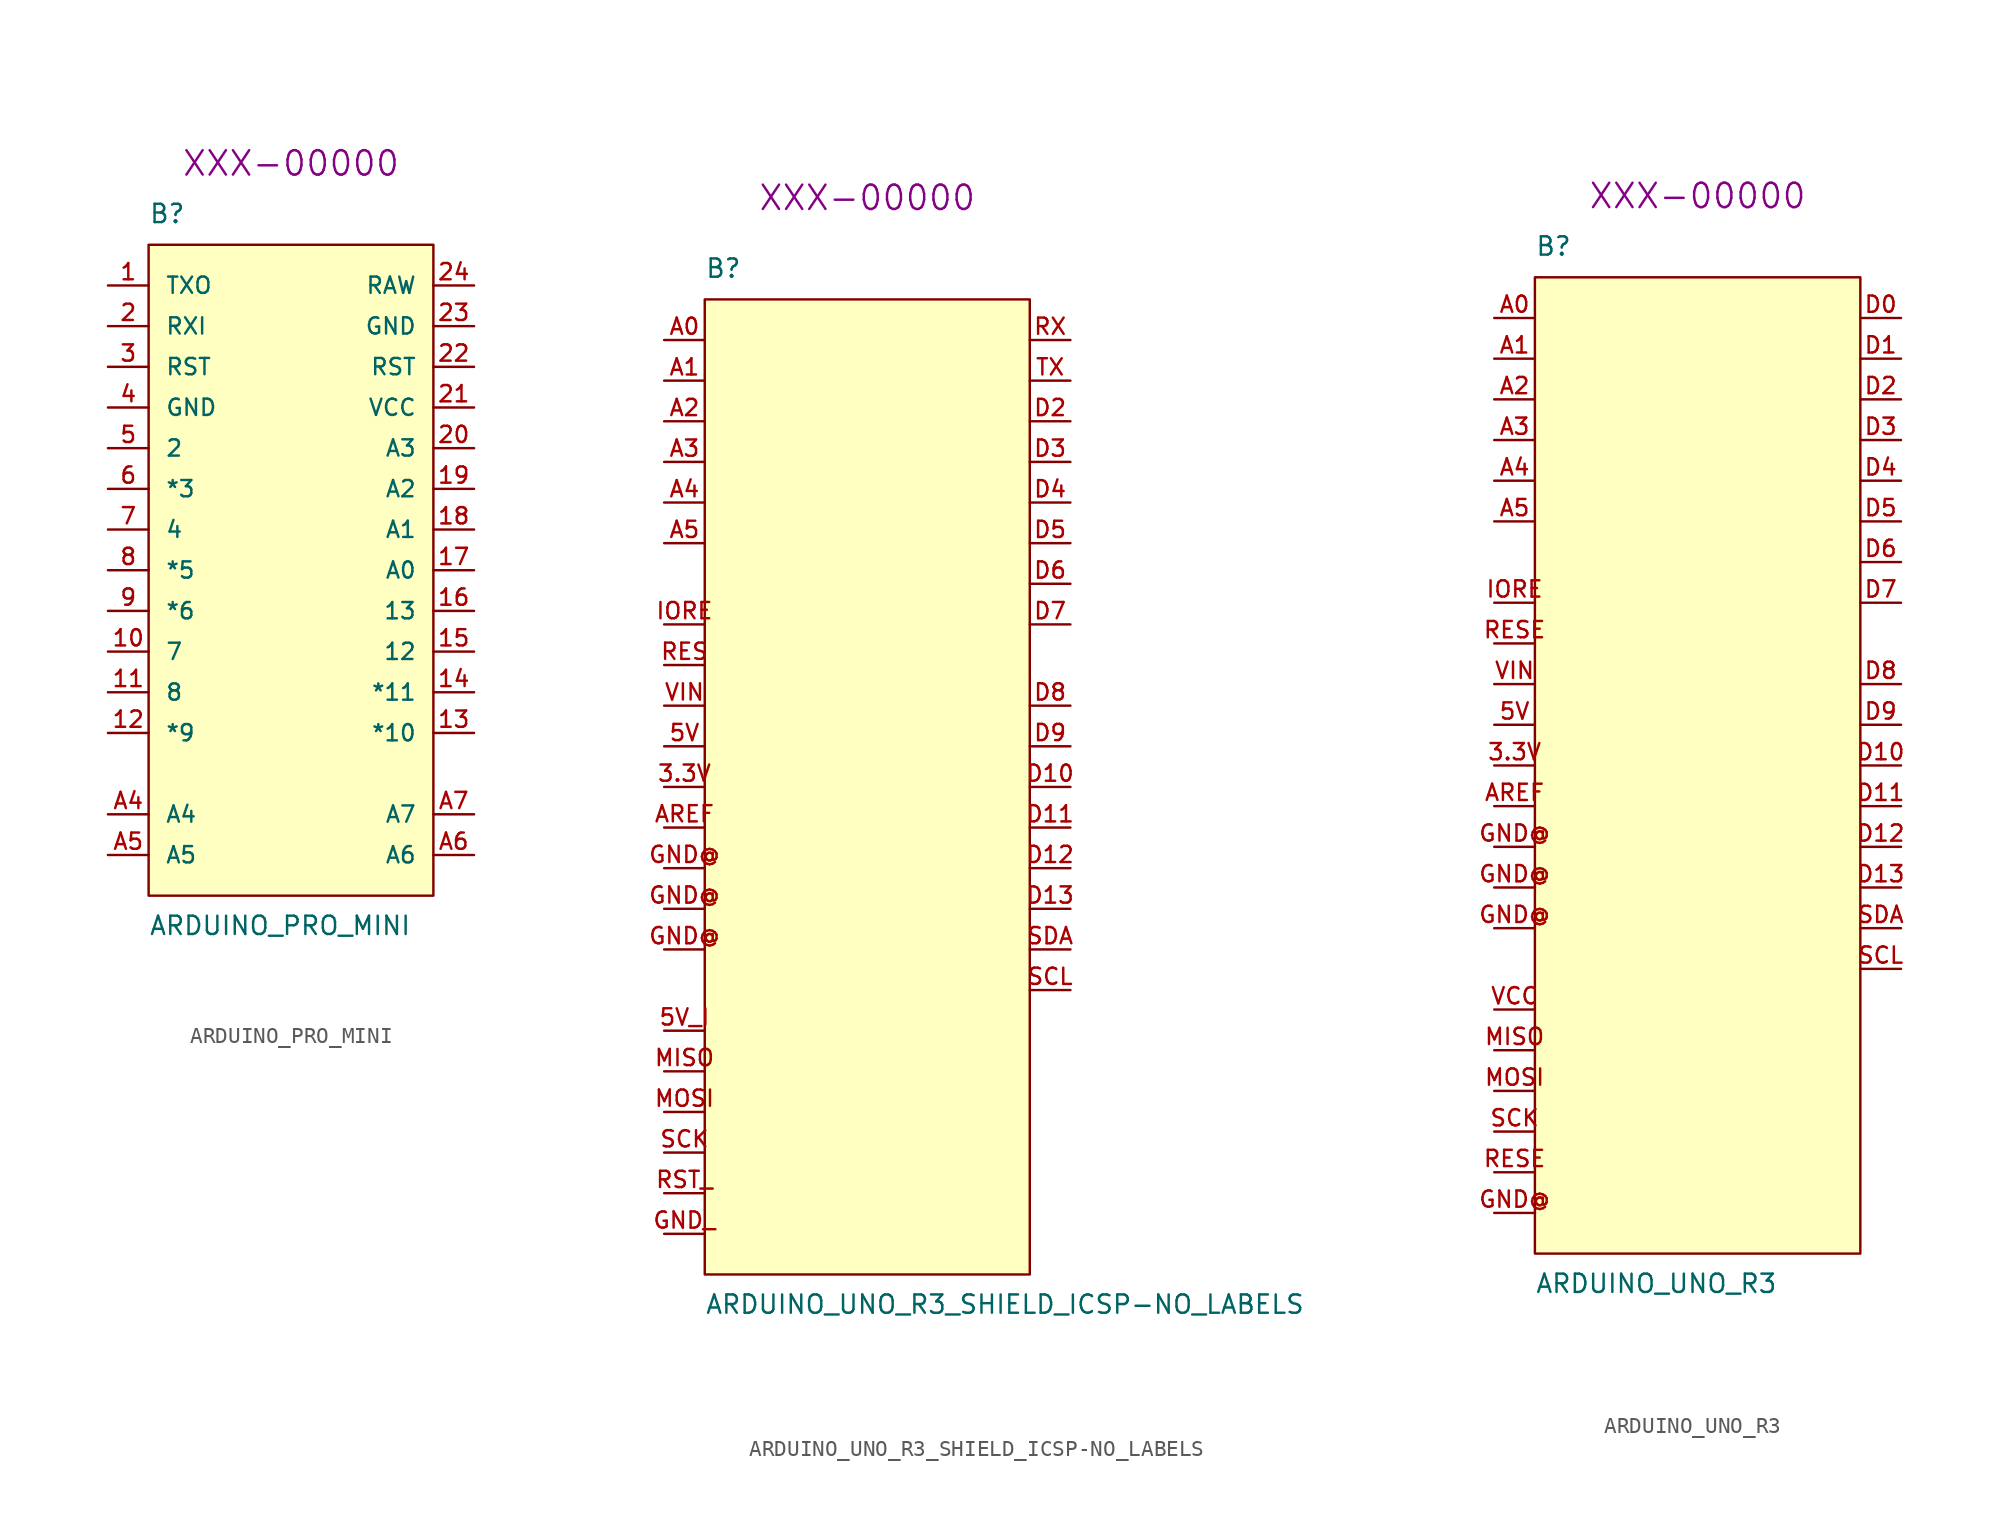
<source format=kicad_sym>
(kicad_symbol_lib
  (version 20211014)
  (generator kicad_symbol_editor)
  (symbol "ARDUINO_PRO_MINI"
    (pin_names
      (offset 1.016))
    (property "Reference" "B"
      (at -8.89 21.59 0)
      (effects (font (size 1.143 1.143)) (justify left bottom)))
    (property "Value" "ARDUINO_PRO_MINI"
      (at -8.89 -22.86 0)
      (effects (font (size 1.143 1.143)) (justify left bottom)))
    (property "Field4" "XXX-00000"
      (at 0 25.4 0)
      (effects (font (size 1.524 1.524))))
    (property "ki_locked" ""
      (at 0 0 0)
      (effects (font (size 1.27 1.27))))
    (symbol "ARDUINO_PRO_MINI_1_1"
      (polyline (pts (xy -8.89 20.32) (xy -8.89 -20.32) (xy 8.89 -20.32) (xy 8.89 20.32) (xy -8.89 20.32)) (stroke (width 0) (type default) (color 0 0 0 0)) (fill (type background)))
      (pin bidirectional line (at -11.43 17.78 0) (length 2.54) (name "TXO" (effects (font (size 1.016 1.016)))) (number "1" (effects (font (size 1.016 1.016)))))
      (pin bidirectional line (at -11.43 -5.08 0) (length 2.54) (name "7" (effects (font (size 1.016 1.016)))) (number "10" (effects (font (size 1.016 1.016)))))
      (pin bidirectional line (at -11.43 -7.62 0) (length 2.54) (name "8" (effects (font (size 1.016 1.016)))) (number "11" (effects (font (size 1.016 1.016)))))
      (pin bidirectional line (at -11.43 -10.16 0) (length 2.54) (name "*9" (effects (font (size 1.016 1.016)))) (number "12" (effects (font (size 1.016 1.016)))))
      (pin bidirectional line (at 11.43 -10.16 180) (length 2.54) (name "*10" (effects (font (size 1.016 1.016)))) (number "13" (effects (font (size 1.016 1.016)))))
      (pin bidirectional line (at 11.43 -7.62 180) (length 2.54) (name "*11" (effects (font (size 1.016 1.016)))) (number "14" (effects (font (size 1.016 1.016)))))
      (pin bidirectional line (at 11.43 -5.08 180) (length 2.54) (name "12" (effects (font (size 1.016 1.016)))) (number "15" (effects (font (size 1.016 1.016)))))
      (pin bidirectional line (at 11.43 -2.54 180) (length 2.54) (name "13" (effects (font (size 1.016 1.016)))) (number "16" (effects (font (size 1.016 1.016)))))
      (pin bidirectional line (at 11.43 0 180) (length 2.54) (name "A0" (effects (font (size 1.016 1.016)))) (number "17" (effects (font (size 1.016 1.016)))))
      (pin bidirectional line (at 11.43 2.54 180) (length 2.54) (name "A1" (effects (font (size 1.016 1.016)))) (number "18" (effects (font (size 1.016 1.016)))))
      (pin bidirectional line (at 11.43 5.08 180) (length 2.54) (name "A2" (effects (font (size 1.016 1.016)))) (number "19" (effects (font (size 1.016 1.016)))))
      (pin bidirectional line (at -11.43 15.24 0) (length 2.54) (name "RXI" (effects (font (size 1.016 1.016)))) (number "2" (effects (font (size 1.016 1.016)))))
      (pin bidirectional line (at 11.43 7.62 180) (length 2.54) (name "A3" (effects (font (size 1.016 1.016)))) (number "20" (effects (font (size 1.016 1.016)))))
      (pin power_in line (at 11.43 10.16 180) (length 2.54) (name "VCC" (effects (font (size 1.016 1.016)))) (number "21" (effects (font (size 1.016 1.016)))))
      (pin bidirectional line (at 11.43 12.7 180) (length 2.54) (name "RST" (effects (font (size 1.016 1.016)))) (number "22" (effects (font (size 1.016 1.016)))))
      (pin power_in line (at 11.43 15.24 180) (length 2.54) (name "GND" (effects (font (size 1.016 1.016)))) (number "23" (effects (font (size 1.016 1.016)))))
      (pin power_in line (at 11.43 17.78 180) (length 2.54) (name "RAW" (effects (font (size 1.016 1.016)))) (number "24" (effects (font (size 1.016 1.016)))))
      (pin bidirectional line (at -11.43 12.7 0) (length 2.54) (name "RST" (effects (font (size 1.016 1.016)))) (number "3" (effects (font (size 1.016 1.016)))))
      (pin power_in line (at -11.43 10.16 0) (length 2.54) (name "GND" (effects (font (size 1.016 1.016)))) (number "4" (effects (font (size 1.016 1.016)))))
      (pin bidirectional line (at -11.43 7.62 0) (length 2.54) (name "2" (effects (font (size 1.016 1.016)))) (number "5" (effects (font (size 1.016 1.016)))))
      (pin bidirectional line (at -11.43 5.08 0) (length 2.54) (name "*3" (effects (font (size 1.016 1.016)))) (number "6" (effects (font (size 1.016 1.016)))))
      (pin bidirectional line (at -11.43 2.54 0) (length 2.54) (name "4" (effects (font (size 1.016 1.016)))) (number "7" (effects (font (size 1.016 1.016)))))
      (pin bidirectional line (at -11.43 0 0) (length 2.54) (name "*5" (effects (font (size 1.016 1.016)))) (number "8" (effects (font (size 1.016 1.016)))))
      (pin bidirectional line (at -11.43 -2.54 0) (length 2.54) (name "*6" (effects (font (size 1.016 1.016)))) (number "9" (effects (font (size 1.016 1.016)))))
      (pin bidirectional line (at -11.43 -15.24 0) (length 2.54) (name "A4" (effects (font (size 1.016 1.016)))) (number "A4" (effects (font (size 1.016 1.016)))))
      (pin bidirectional line (at -11.43 -17.78 0) (length 2.54) (name "A5" (effects (font (size 1.016 1.016)))) (number "A5" (effects (font (size 1.016 1.016)))))
      (pin bidirectional line (at 11.43 -17.78 180) (length 2.54) (name "A6" (effects (font (size 1.016 1.016)))) (number "A6" (effects (font (size 1.016 1.016)))))
      (pin bidirectional line (at 11.43 -15.24 180) (length 2.54) (name "A7" (effects (font (size 1.016 1.016)))) (number "A7" (effects (font (size 1.016 1.016)))))))
  (symbol "ARDUINO_UNO_R3_SHIELD_ICSP-NO_LABELS"
    (pin_names
      (offset 1.016) hide)
    (property "Reference" "B"
      (at -10.16 31.75 0)
      (effects (font (size 1.143 1.143)) (justify left bottom)))
    (property "Value" "ARDUINO_UNO_R3_SHIELD_ICSP-NO_LABELS"
      (at -10.16 -33.02 0)
      (effects (font (size 1.143 1.143)) (justify left bottom)))
    (property "Field4" "XXX-00000"
      (at 0 36.83 0)
      (effects (font (size 1.524 1.524))))
    (property "ki_locked" ""
      (at 0 0 0)
      (effects (font (size 1.27 1.27))))
    (symbol "ARDUINO_UNO_R3_SHIELD_ICSP-NO_LABELS_1_1"
      (polyline (pts (xy -10.16 -30.48) (xy -10.16 30.48) (xy 10.16 30.48) (xy 10.16 -30.48) (xy -10.16 -30.48)) (stroke (width 0) (type default) (color 0 0 0 0)) (fill (type background)))
      (pin bidirectional line (at -12.7 0 0) (length 2.54) (name "3.3V" (effects (font (size 1.016 1.016)))) (number "3.3V" (effects (font (size 1.016 1.016)))))
      (pin bidirectional line (at -12.7 2.54 0) (length 2.54) (name "5V" (effects (font (size 1.016 1.016)))) (number "5V" (effects (font (size 1.016 1.016)))))
      (pin bidirectional line (at -12.7 -15.24 0) (length 2.54) (name "VCC" (effects (font (size 1.016 1.016)))) (number "5V_I" (effects (font (size 1.016 1.016)))))
      (pin bidirectional line (at -12.7 27.94 0) (length 2.54) (name "A0" (effects (font (size 1.016 1.016)))) (number "A0" (effects (font (size 1.016 1.016)))))
      (pin bidirectional line (at -12.7 25.4 0) (length 2.54) (name "A1" (effects (font (size 1.016 1.016)))) (number "A1" (effects (font (size 1.016 1.016)))))
      (pin bidirectional line (at -12.7 22.86 0) (length 2.54) (name "A2" (effects (font (size 1.016 1.016)))) (number "A2" (effects (font (size 1.016 1.016)))))
      (pin bidirectional line (at -12.7 20.32 0) (length 2.54) (name "A3" (effects (font (size 1.016 1.016)))) (number "A3" (effects (font (size 1.016 1.016)))))
      (pin bidirectional line (at -12.7 17.78 0) (length 2.54) (name "A4" (effects (font (size 1.016 1.016)))) (number "A4" (effects (font (size 1.016 1.016)))))
      (pin bidirectional line (at -12.7 15.24 0) (length 2.54) (name "A5" (effects (font (size 1.016 1.016)))) (number "A5" (effects (font (size 1.016 1.016)))))
      (pin bidirectional line (at -12.7 -2.54 0) (length 2.54) (name "AREF" (effects (font (size 1.016 1.016)))) (number "AREF" (effects (font (size 1.016 1.016)))))
      (pin bidirectional line (at 12.7 0 180) (length 2.54) (name "*D10" (effects (font (size 1.016 1.016)))) (number "D10" (effects (font (size 1.016 1.016)))))
      (pin bidirectional line (at 12.7 -2.54 180) (length 2.54) (name "*D11" (effects (font (size 1.016 1.016)))) (number "D11" (effects (font (size 1.016 1.016)))))
      (pin bidirectional line (at 12.7 -5.08 180) (length 2.54) (name "D12" (effects (font (size 1.016 1.016)))) (number "D12" (effects (font (size 1.016 1.016)))))
      (pin bidirectional line (at 12.7 -7.62 180) (length 2.54) (name "D13" (effects (font (size 1.016 1.016)))) (number "D13" (effects (font (size 1.016 1.016)))))
      (pin bidirectional line (at 12.7 22.86 180) (length 2.54) (name "D2" (effects (font (size 1.016 1.016)))) (number "D2" (effects (font (size 1.016 1.016)))))
      (pin bidirectional line (at 12.7 20.32 180) (length 2.54) (name "*D3" (effects (font (size 1.016 1.016)))) (number "D3" (effects (font (size 1.016 1.016)))))
      (pin bidirectional line (at 12.7 17.78 180) (length 2.54) (name "D4" (effects (font (size 1.016 1.016)))) (number "D4" (effects (font (size 1.016 1.016)))))
      (pin bidirectional line (at 12.7 15.24 180) (length 2.54) (name "*D5" (effects (font (size 1.016 1.016)))) (number "D5" (effects (font (size 1.016 1.016)))))
      (pin bidirectional line (at 12.7 12.7 180) (length 2.54) (name "*D6" (effects (font (size 1.016 1.016)))) (number "D6" (effects (font (size 1.016 1.016)))))
      (pin bidirectional line (at 12.7 10.16 180) (length 2.54) (name "D7" (effects (font (size 1.016 1.016)))) (number "D7" (effects (font (size 1.016 1.016)))))
      (pin bidirectional line (at 12.7 5.08 180) (length 2.54) (name "D8" (effects (font (size 1.016 1.016)))) (number "D8" (effects (font (size 1.016 1.016)))))
      (pin bidirectional line (at 12.7 2.54 180) (length 2.54) (name "*D9" (effects (font (size 1.016 1.016)))) (number "D9" (effects (font (size 1.016 1.016)))))
      (pin bidirectional line (at -12.7 -10.16 0) (length 2.54) (name "GND" (effects (font (size 1.016 1.016)))) (number "GND@" (effects (font (size 1.016 1.016)))))
      (pin bidirectional line (at -12.7 -7.62 0) (length 2.54) (name "GND" (effects (font (size 1.016 1.016)))) (number "GND@" (effects (font (size 1.016 1.016)))))
      (pin bidirectional line (at -12.7 -5.08 0) (length 2.54) (name "GND" (effects (font (size 1.016 1.016)))) (number "GND@" (effects (font (size 1.016 1.016)))))
      (pin bidirectional line (at -12.7 -27.94 0) (length 2.54) (name "GND" (effects (font (size 1.016 1.016)))) (number "GND_" (effects (font (size 1.016 1.016)))))
      (pin bidirectional line (at -12.7 10.16 0) (length 2.54) (name "IOREF" (effects (font (size 1.016 1.016)))) (number "IORE" (effects (font (size 1.016 1.016)))))
      (pin bidirectional line (at -12.7 -17.78 0) (length 2.54) (name "MISO" (effects (font (size 1.016 1.016)))) (number "MISO" (effects (font (size 1.016 1.016)))))
      (pin bidirectional line (at -12.7 -20.32 0) (length 2.54) (name "MOSI" (effects (font (size 1.016 1.016)))) (number "MOSI" (effects (font (size 1.016 1.016)))))
      (pin bidirectional line (at -12.7 7.62 0) (length 2.54) (name "~{RESET}" (effects (font (size 1.016 1.016)))) (number "RES" (effects (font (size 1.016 1.016)))))
      (pin bidirectional line (at -12.7 -25.4 0) (length 2.54) (name "~{RESET}" (effects (font (size 1.016 1.016)))) (number "RST_" (effects (font (size 1.016 1.016)))))
      (pin bidirectional line (at 12.7 27.94 180) (length 2.54) (name "D0" (effects (font (size 1.016 1.016)))) (number "RX" (effects (font (size 1.016 1.016)))))
      (pin bidirectional line (at -12.7 -22.86 0) (length 2.54) (name "SCK" (effects (font (size 1.016 1.016)))) (number "SCK" (effects (font (size 1.016 1.016)))))
      (pin bidirectional line (at 12.7 -12.7 180) (length 2.54) (name "SCL" (effects (font (size 1.016 1.016)))) (number "SCL" (effects (font (size 1.016 1.016)))))
      (pin bidirectional line (at 12.7 -10.16 180) (length 2.54) (name "SDA" (effects (font (size 1.016 1.016)))) (number "SDA" (effects (font (size 1.016 1.016)))))
      (pin bidirectional line (at 12.7 25.4 180) (length 2.54) (name "D1" (effects (font (size 1.016 1.016)))) (number "TX" (effects (font (size 1.016 1.016)))))
      (pin bidirectional line (at -12.7 5.08 0) (length 2.54) (name "VIN" (effects (font (size 1.016 1.016)))) (number "VIN" (effects (font (size 1.016 1.016)))))))
  (symbol "ARDUINO_UNO_R3"
    (pin_names
      (offset 1.016) hide)
    (property "Reference" "B"
      (at -10.16 31.75 0)
      (effects (font (size 1.143 1.143)) (justify left bottom)))
    (property "Value" "ARDUINO_UNO_R3"
      (at -10.16 -33.02 0)
      (effects (font (size 1.143 1.143)) (justify left bottom)))
    (property "Field4" "XXX-00000"
      (at 0 35.56 0)
      (effects (font (size 1.524 1.524))))
    (property "ki_locked" ""
      (at 0 0 0)
      (effects (font (size 1.27 1.27))))
    (symbol "ARDUINO_UNO_R3_1_1"
      (polyline (pts (xy -10.16 -30.48) (xy -10.16 30.48) (xy 10.16 30.48) (xy 10.16 -30.48) (xy -10.16 -30.48)) (stroke (width 0) (type default) (color 0 0 0 0)) (fill (type background)))
      (pin bidirectional line (at -12.7 0 0) (length 2.54) (name "3.3V" (effects (font (size 1.016 1.016)))) (number "3.3V" (effects (font (size 1.016 1.016)))))
      (pin bidirectional line (at -12.7 2.54 0) (length 2.54) (name "5V" (effects (font (size 1.016 1.016)))) (number "5V" (effects (font (size 1.016 1.016)))))
      (pin bidirectional line (at -12.7 27.94 0) (length 2.54) (name "A0" (effects (font (size 1.016 1.016)))) (number "A0" (effects (font (size 1.016 1.016)))))
      (pin bidirectional line (at -12.7 25.4 0) (length 2.54) (name "A1" (effects (font (size 1.016 1.016)))) (number "A1" (effects (font (size 1.016 1.016)))))
      (pin bidirectional line (at -12.7 22.86 0) (length 2.54) (name "A2" (effects (font (size 1.016 1.016)))) (number "A2" (effects (font (size 1.016 1.016)))))
      (pin bidirectional line (at -12.7 20.32 0) (length 2.54) (name "A3" (effects (font (size 1.016 1.016)))) (number "A3" (effects (font (size 1.016 1.016)))))
      (pin bidirectional line (at -12.7 17.78 0) (length 2.54) (name "A4" (effects (font (size 1.016 1.016)))) (number "A4" (effects (font (size 1.016 1.016)))))
      (pin bidirectional line (at -12.7 15.24 0) (length 2.54) (name "A5" (effects (font (size 1.016 1.016)))) (number "A5" (effects (font (size 1.016 1.016)))))
      (pin bidirectional line (at -12.7 -2.54 0) (length 2.54) (name "AREF" (effects (font (size 1.016 1.016)))) (number "AREF" (effects (font (size 1.016 1.016)))))
      (pin bidirectional line (at 12.7 27.94 180) (length 2.54) (name "D0" (effects (font (size 1.016 1.016)))) (number "D0" (effects (font (size 1.016 1.016)))))
      (pin bidirectional line (at 12.7 25.4 180) (length 2.54) (name "D1" (effects (font (size 1.016 1.016)))) (number "D1" (effects (font (size 1.016 1.016)))))
      (pin bidirectional line (at 12.7 0 180) (length 2.54) (name "*D10" (effects (font (size 1.016 1.016)))) (number "D10" (effects (font (size 1.016 1.016)))))
      (pin bidirectional line (at 12.7 -2.54 180) (length 2.54) (name "*D11" (effects (font (size 1.016 1.016)))) (number "D11" (effects (font (size 1.016 1.016)))))
      (pin bidirectional line (at 12.7 -5.08 180) (length 2.54) (name "D12" (effects (font (size 1.016 1.016)))) (number "D12" (effects (font (size 1.016 1.016)))))
      (pin bidirectional line (at 12.7 -7.62 180) (length 2.54) (name "D13" (effects (font (size 1.016 1.016)))) (number "D13" (effects (font (size 1.016 1.016)))))
      (pin bidirectional line (at 12.7 22.86 180) (length 2.54) (name "D2" (effects (font (size 1.016 1.016)))) (number "D2" (effects (font (size 1.016 1.016)))))
      (pin bidirectional line (at 12.7 20.32 180) (length 2.54) (name "*D3" (effects (font (size 1.016 1.016)))) (number "D3" (effects (font (size 1.016 1.016)))))
      (pin bidirectional line (at 12.7 17.78 180) (length 2.54) (name "D4" (effects (font (size 1.016 1.016)))) (number "D4" (effects (font (size 1.016 1.016)))))
      (pin bidirectional line (at 12.7 15.24 180) (length 2.54) (name "*D5" (effects (font (size 1.016 1.016)))) (number "D5" (effects (font (size 1.016 1.016)))))
      (pin bidirectional line (at 12.7 12.7 180) (length 2.54) (name "*D6" (effects (font (size 1.016 1.016)))) (number "D6" (effects (font (size 1.016 1.016)))))
      (pin bidirectional line (at 12.7 10.16 180) (length 2.54) (name "D7" (effects (font (size 1.016 1.016)))) (number "D7" (effects (font (size 1.016 1.016)))))
      (pin bidirectional line (at 12.7 5.08 180) (length 2.54) (name "D8" (effects (font (size 1.016 1.016)))) (number "D8" (effects (font (size 1.016 1.016)))))
      (pin bidirectional line (at 12.7 2.54 180) (length 2.54) (name "*D9" (effects (font (size 1.016 1.016)))) (number "D9" (effects (font (size 1.016 1.016)))))
      (pin bidirectional line (at -12.7 -27.94 0) (length 2.54) (name "GND" (effects (font (size 1.016 1.016)))) (number "GND@" (effects (font (size 1.016 1.016)))))
      (pin bidirectional line (at -12.7 -10.16 0) (length 2.54) (name "GND" (effects (font (size 1.016 1.016)))) (number "GND@" (effects (font (size 1.016 1.016)))))
      (pin bidirectional line (at -12.7 -7.62 0) (length 2.54) (name "GND" (effects (font (size 1.016 1.016)))) (number "GND@" (effects (font (size 1.016 1.016)))))
      (pin bidirectional line (at -12.7 -5.08 0) (length 2.54) (name "GND" (effects (font (size 1.016 1.016)))) (number "GND@" (effects (font (size 1.016 1.016)))))
      (pin bidirectional line (at -12.7 10.16 0) (length 2.54) (name "IOREF" (effects (font (size 1.016 1.016)))) (number "IORE" (effects (font (size 1.016 1.016)))))
      (pin bidirectional line (at -12.7 -17.78 0) (length 2.54) (name "MISO" (effects (font (size 1.016 1.016)))) (number "MISO" (effects (font (size 1.016 1.016)))))
      (pin bidirectional line (at -12.7 -20.32 0) (length 2.54) (name "MOSI" (effects (font (size 1.016 1.016)))) (number "MOSI" (effects (font (size 1.016 1.016)))))
      (pin bidirectional line (at -12.7 -25.4 0) (length 2.54) (name "~{RESET}" (effects (font (size 1.016 1.016)))) (number "RESE" (effects (font (size 1.016 1.016)))))
      (pin bidirectional line (at -12.7 7.62 0) (length 2.54) (name "~{RESET}" (effects (font (size 1.016 1.016)))) (number "RESE" (effects (font (size 1.016 1.016)))))
      (pin bidirectional line (at -12.7 -22.86 0) (length 2.54) (name "SCK" (effects (font (size 1.016 1.016)))) (number "SCK" (effects (font (size 1.016 1.016)))))
      (pin bidirectional line (at 12.7 -12.7 180) (length 2.54) (name "SCL" (effects (font (size 1.016 1.016)))) (number "SCL" (effects (font (size 1.016 1.016)))))
      (pin bidirectional line (at 12.7 -10.16 180) (length 2.54) (name "SDA" (effects (font (size 1.016 1.016)))) (number "SDA" (effects (font (size 1.016 1.016)))))
      (pin bidirectional line (at -12.7 -15.24 0) (length 2.54) (name "VCC" (effects (font (size 1.016 1.016)))) (number "VCC" (effects (font (size 1.016 1.016)))))
      (pin bidirectional line (at -12.7 5.08 0) (length 2.54) (name "VIN" (effects (font (size 1.016 1.016)))) (number "VIN" (effects (font (size 1.016 1.016))))))))
</source>
